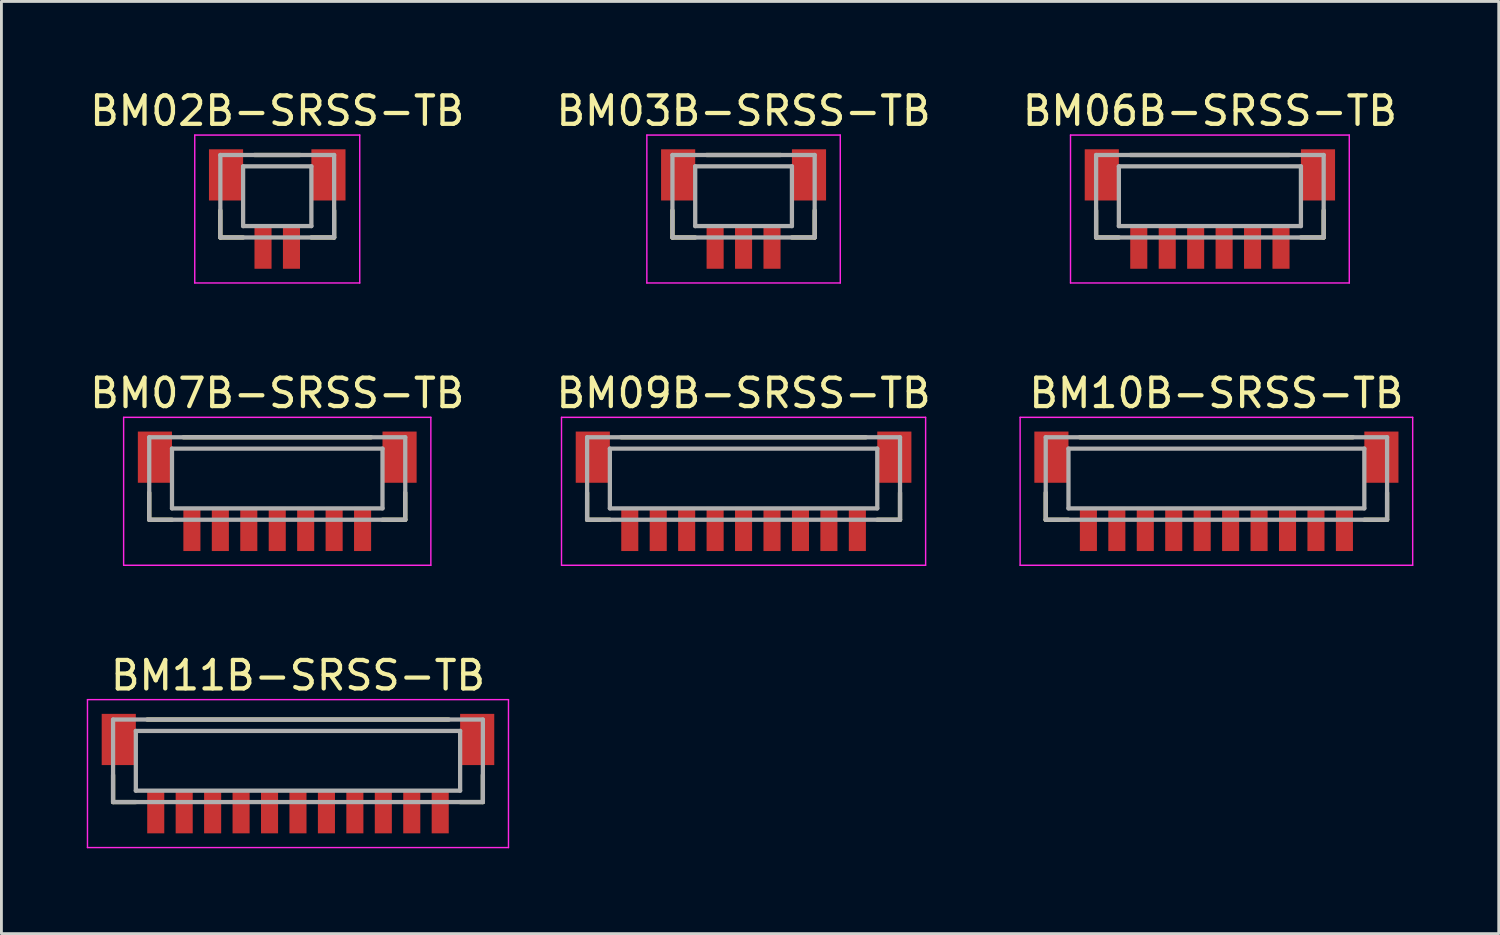
<source format=kicad_pcb>
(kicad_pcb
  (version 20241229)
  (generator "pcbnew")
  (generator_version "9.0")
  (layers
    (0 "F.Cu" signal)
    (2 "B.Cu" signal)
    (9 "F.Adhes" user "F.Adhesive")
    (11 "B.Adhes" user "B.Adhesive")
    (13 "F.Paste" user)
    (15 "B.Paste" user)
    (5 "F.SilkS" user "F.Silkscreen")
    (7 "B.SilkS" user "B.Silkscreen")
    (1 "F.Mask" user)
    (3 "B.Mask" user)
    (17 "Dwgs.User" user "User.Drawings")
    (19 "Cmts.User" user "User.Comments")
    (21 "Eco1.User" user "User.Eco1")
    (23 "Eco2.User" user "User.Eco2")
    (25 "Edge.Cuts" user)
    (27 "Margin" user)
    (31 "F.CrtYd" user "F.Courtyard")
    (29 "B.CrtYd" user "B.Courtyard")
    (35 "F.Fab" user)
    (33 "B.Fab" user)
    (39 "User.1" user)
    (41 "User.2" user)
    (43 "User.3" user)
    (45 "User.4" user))
  (footprint "BM02B-SRSS-TB"
    (layer "F.Cu")
    (at 6.696 3.848)
    (property "Reference" "BM02B-SRSS-TB" (at 0 -3 0) (layer "F.SilkS") (effects (font (size 1 1) (thickness 0.15))))
    (attr smd)
    (fp_line (start -2 0.5) (end -2 1.45) (stroke (width 0.15) (type solid)) (layer "F.SilkS"))
    (fp_line (start -2 1.45) (end -1.2 1.45) (stroke (width 0.15) (type solid)) (layer "F.SilkS"))
    (fp_line (start -0.8 -1.45) (end 0.8 -1.45) (stroke (width 0.15) (type solid)) (layer "F.SilkS"))
    (fp_line (start 1.2 1.45) (end 2 1.45) (stroke (width 0.15) (type solid)) (layer "F.SilkS"))
    (fp_line (start 2 0.5) (end 2 1.45) (stroke (width 0.15) (type solid)) (layer "F.SilkS"))
    (fp_line (start -2.9 -2.15) (end -2.9 3.05) (stroke (width 0.05) (type solid)) (layer "F.CrtYd"))
    (fp_line (start -2.9 -2.15) (end 2.9 -2.15) (stroke (width 0.05) (type solid)) (layer "F.CrtYd"))
    (fp_line (start -2.9 3.05) (end 2.9 3.05) (stroke (width 0.05) (type solid)) (layer "F.CrtYd"))
    (fp_line (start 2.9 -2.15) (end 2.9 3.05) (stroke (width 0.05) (type solid)) (layer "F.CrtYd"))
    (fp_line (start -2 -1.45) (end -2 1.45) (stroke (width 0.15) (type solid)) (layer "F.Fab"))
    (fp_line (start -2 -1.45) (end 2 -1.45) (stroke (width 0.15) (type solid)) (layer "F.Fab"))
    (fp_line (start -2 1.45) (end 2 1.45) (stroke (width 0.15) (type solid)) (layer "F.Fab"))
    (fp_line (start -1.2 -1.05) (end -1.2 1.05) (stroke (width 0.15) (type solid)) (layer "F.Fab"))
    (fp_line (start -1.2 -1.05) (end 1.2 -1.05) (stroke (width 0.15) (type solid)) (layer "F.Fab"))
    (fp_line (start -1.2 1.05) (end 1.2 1.05) (stroke (width 0.15) (type solid)) (layer "F.Fab"))
    (fp_line (start 1.2 -1.05) (end 1.2 1.05) (stroke (width 0.15) (type solid)) (layer "F.Fab"))
    (fp_line (start 2 -1.45) (end 2 1.45) (stroke (width 0.15) (type solid)) (layer "F.Fab"))
    (pad "1" smd rect (at -0.5 1.775) (size 0.6 1.55) (layers "F.Cu" "F.Mask" "F.Paste"))
    (pad "2" smd rect (at 0.5 1.775) (size 0.6 1.55) (layers "F.Cu" "F.Mask" "F.Paste"))
    (pad "S" smd rect (at -1.8 -0.75) (size 1.2 1.8) (layers "F.Cu" "F.Mask" "F.Paste"))
    (pad "S" smd rect (at 1.8 -0.75) (size 1.2 1.8) (layers "F.Cu" "F.Mask" "F.Paste")))
  (footprint "BM11B-SRSS-TB"
    (layer "F.Cu")
    (at 7.425 23.695)
    (property "Reference" "BM11B-SRSS-TB" (at 0 -3 0) (layer "F.SilkS") (effects (font (size 1 1) (thickness 0.15))))
    (attr smd)
    (fp_line (start -6.5 0.5) (end -6.5 1.45) (stroke (width 0.15) (type solid)) (layer "F.SilkS"))
    (fp_line (start -6.5 1.45) (end -5.7 1.45) (stroke (width 0.15) (type solid)) (layer "F.SilkS"))
    (fp_line (start -5.3 -1.45) (end 5.3 -1.45) (stroke (width 0.15) (type solid)) (layer "F.SilkS"))
    (fp_line (start 5.7 1.45) (end 6.5 1.45) (stroke (width 0.15) (type solid)) (layer "F.SilkS"))
    (fp_line (start 6.5 0.5) (end 6.5 1.45) (stroke (width 0.15) (type solid)) (layer "F.SilkS"))
    (fp_line (start -7.4 -2.15) (end -7.4 3.05) (stroke (width 0.05) (type solid)) (layer "F.CrtYd"))
    (fp_line (start -7.4 -2.15) (end 7.4 -2.15) (stroke (width 0.05) (type solid)) (layer "F.CrtYd"))
    (fp_line (start -7.4 3.05) (end 7.4 3.05) (stroke (width 0.05) (type solid)) (layer "F.CrtYd"))
    (fp_line (start 7.4 -2.15) (end 7.4 3.05) (stroke (width 0.05) (type solid)) (layer "F.CrtYd"))
    (fp_line (start -6.5 -1.45) (end -6.5 1.45) (stroke (width 0.15) (type solid)) (layer "F.Fab"))
    (fp_line (start -6.5 -1.45) (end 6.5 -1.45) (stroke (width 0.15) (type solid)) (layer "F.Fab"))
    (fp_line (start -6.5 1.45) (end 6.5 1.45) (stroke (width 0.15) (type solid)) (layer "F.Fab"))
    (fp_line (start -5.7 -1.05) (end -5.7 1.05) (stroke (width 0.15) (type solid)) (layer "F.Fab"))
    (fp_line (start -5.7 -1.05) (end 5.7 -1.05) (stroke (width 0.15) (type solid)) (layer "F.Fab"))
    (fp_line (start -5.7 1.05) (end 5.7 1.05) (stroke (width 0.15) (type solid)) (layer "F.Fab"))
    (fp_line (start 5.7 -1.05) (end 5.7 1.05) (stroke (width 0.15) (type solid)) (layer "F.Fab"))
    (fp_line (start 6.5 -1.45) (end 6.5 1.45) (stroke (width 0.15) (type solid)) (layer "F.Fab"))
    (pad "1" smd rect (at -5 1.775) (size 0.6 1.55) (layers "F.Cu" "F.Mask" "F.Paste"))
    (pad "2" smd rect (at -4 1.775) (size 0.6 1.55) (layers "F.Cu" "F.Mask" "F.Paste"))
    (pad "3" smd rect (at -3 1.775) (size 0.6 1.55) (layers "F.Cu" "F.Mask" "F.Paste"))
    (pad "4" smd rect (at -2 1.775) (size 0.6 1.55) (layers "F.Cu" "F.Mask" "F.Paste"))
    (pad "5" smd rect (at -1 1.775) (size 0.6 1.55) (layers "F.Cu" "F.Mask" "F.Paste"))
    (pad "6" smd rect (at 0 1.775) (size 0.6 1.55) (layers "F.Cu" "F.Mask" "F.Paste"))
    (pad "7" smd rect (at 1 1.775) (size 0.6 1.55) (layers "F.Cu" "F.Mask" "F.Paste"))
    (pad "8" smd rect (at 2 1.775) (size 0.6 1.55) (layers "F.Cu" "F.Mask" "F.Paste"))
    (pad "9" smd rect (at 3 1.775) (size 0.6 1.55) (layers "F.Cu" "F.Mask" "F.Paste"))
    (pad "10" smd rect (at 4 1.775) (size 0.6 1.55) (layers "F.Cu" "F.Mask" "F.Paste"))
    (pad "11" smd rect (at 5 1.775) (size 0.6 1.55) (layers "F.Cu" "F.Mask" "F.Paste"))
    (pad "S" smd rect (at -6.3 -0.75) (size 1.2 1.8) (layers "F.Cu" "F.Mask" "F.Paste"))
    (pad "S" smd rect (at 6.3 -0.75) (size 1.2 1.8) (layers "F.Cu" "F.Mask" "F.Paste")))
  (footprint "BM10B-SRSS-TB"
    (layer "F.Cu")
    (at 39.711 13.771)
    (property "Reference" "BM10B-SRSS-TB" (at 0 -3 0) (layer "F.SilkS") (effects (font (size 1 1) (thickness 0.15))))
    (attr smd)
    (fp_line (start -6 0.5) (end -6 1.45) (stroke (width 0.15) (type solid)) (layer "F.SilkS"))
    (fp_line (start -6 1.45) (end -5.2 1.45) (stroke (width 0.15) (type solid)) (layer "F.SilkS"))
    (fp_line (start -4.8 -1.45) (end 4.8 -1.45) (stroke (width 0.15) (type solid)) (layer "F.SilkS"))
    (fp_line (start 5.2 1.45) (end 6 1.45) (stroke (width 0.15) (type solid)) (layer "F.SilkS"))
    (fp_line (start 6 0.5) (end 6 1.45) (stroke (width 0.15) (type solid)) (layer "F.SilkS"))
    (fp_line (start -6.9 -2.15) (end -6.9 3.05) (stroke (width 0.05) (type solid)) (layer "F.CrtYd"))
    (fp_line (start -6.9 -2.15) (end 6.9 -2.15) (stroke (width 0.05) (type solid)) (layer "F.CrtYd"))
    (fp_line (start -6.9 3.05) (end 6.9 3.05) (stroke (width 0.05) (type solid)) (layer "F.CrtYd"))
    (fp_line (start 6.9 -2.15) (end 6.9 3.05) (stroke (width 0.05) (type solid)) (layer "F.CrtYd"))
    (fp_line (start -6 -1.45) (end -6 1.45) (stroke (width 0.15) (type solid)) (layer "F.Fab"))
    (fp_line (start -6 -1.45) (end 6 -1.45) (stroke (width 0.15) (type solid)) (layer "F.Fab"))
    (fp_line (start -6 1.45) (end 6 1.45) (stroke (width 0.15) (type solid)) (layer "F.Fab"))
    (fp_line (start -5.2 -1.05) (end -5.2 1.05) (stroke (width 0.15) (type solid)) (layer "F.Fab"))
    (fp_line (start -5.2 -1.05) (end 5.2 -1.05) (stroke (width 0.15) (type solid)) (layer "F.Fab"))
    (fp_line (start -5.2 1.05) (end 5.2 1.05) (stroke (width 0.15) (type solid)) (layer "F.Fab"))
    (fp_line (start 5.2 -1.05) (end 5.2 1.05) (stroke (width 0.15) (type solid)) (layer "F.Fab"))
    (fp_line (start 6 -1.45) (end 6 1.45) (stroke (width 0.15) (type solid)) (layer "F.Fab"))
    (pad "1" smd rect (at -4.5 1.775) (size 0.6 1.55) (layers "F.Cu" "F.Mask" "F.Paste"))
    (pad "2" smd rect (at -3.5 1.775) (size 0.6 1.55) (layers "F.Cu" "F.Mask" "F.Paste"))
    (pad "3" smd rect (at -2.5 1.775) (size 0.6 1.55) (layers "F.Cu" "F.Mask" "F.Paste"))
    (pad "4" smd rect (at -1.5 1.775) (size 0.6 1.55) (layers "F.Cu" "F.Mask" "F.Paste"))
    (pad "5" smd rect (at -0.5 1.775) (size 0.6 1.55) (layers "F.Cu" "F.Mask" "F.Paste"))
    (pad "6" smd rect (at 0.5 1.775) (size 0.6 1.55) (layers "F.Cu" "F.Mask" "F.Paste"))
    (pad "7" smd rect (at 1.5 1.775) (size 0.6 1.55) (layers "F.Cu" "F.Mask" "F.Paste"))
    (pad "8" smd rect (at 2.5 1.775) (size 0.6 1.55) (layers "F.Cu" "F.Mask" "F.Paste"))
    (pad "9" smd rect (at 3.5 1.775) (size 0.6 1.55) (layers "F.Cu" "F.Mask" "F.Paste"))
    (pad "10" smd rect (at 4.5 1.775) (size 0.6 1.55) (layers "F.Cu" "F.Mask" "F.Paste"))
    (pad "S" smd rect (at -5.8 -0.75) (size 1.2 1.8) (layers "F.Cu" "F.Mask" "F.Paste"))
    (pad "S" smd rect (at 5.8 -0.75) (size 1.2 1.8) (layers "F.Cu" "F.Mask" "F.Paste")))
  (footprint "BM03B-SRSS-TB"
    (layer "F.Cu")
    (at 23.089 3.848)
    (property "Reference" "BM03B-SRSS-TB" (at 0 -3 0) (layer "F.SilkS") (effects (font (size 1 1) (thickness 0.15))))
    (attr smd)
    (fp_line (start -2.5 0.5) (end -2.5 1.45) (stroke (width 0.15) (type solid)) (layer "F.SilkS"))
    (fp_line (start -2.5 1.45) (end -1.7 1.45) (stroke (width 0.15) (type solid)) (layer "F.SilkS"))
    (fp_line (start -1.3 -1.45) (end 1.3 -1.45) (stroke (width 0.15) (type solid)) (layer "F.SilkS"))
    (fp_line (start 1.7 1.45) (end 2.5 1.45) (stroke (width 0.15) (type solid)) (layer "F.SilkS"))
    (fp_line (start 2.5 0.5) (end 2.5 1.45) (stroke (width 0.15) (type solid)) (layer "F.SilkS"))
    (fp_line (start -3.4 -2.15) (end -3.4 3.05) (stroke (width 0.05) (type solid)) (layer "F.CrtYd"))
    (fp_line (start -3.4 -2.15) (end 3.4 -2.15) (stroke (width 0.05) (type solid)) (layer "F.CrtYd"))
    (fp_line (start -3.4 3.05) (end 3.4 3.05) (stroke (width 0.05) (type solid)) (layer "F.CrtYd"))
    (fp_line (start 3.4 -2.15) (end 3.4 3.05) (stroke (width 0.05) (type solid)) (layer "F.CrtYd"))
    (fp_line (start -2.5 -1.45) (end -2.5 1.45) (stroke (width 0.15) (type solid)) (layer "F.Fab"))
    (fp_line (start -2.5 -1.45) (end 2.5 -1.45) (stroke (width 0.15) (type solid)) (layer "F.Fab"))
    (fp_line (start -2.5 1.45) (end 2.5 1.45) (stroke (width 0.15) (type solid)) (layer "F.Fab"))
    (fp_line (start -1.7 -1.05) (end -1.7 1.05) (stroke (width 0.15) (type solid)) (layer "F.Fab"))
    (fp_line (start -1.7 -1.05) (end 1.7 -1.05) (stroke (width 0.15) (type solid)) (layer "F.Fab"))
    (fp_line (start -1.7 1.05) (end 1.7 1.05) (stroke (width 0.15) (type solid)) (layer "F.Fab"))
    (fp_line (start 1.7 -1.05) (end 1.7 1.05) (stroke (width 0.15) (type solid)) (layer "F.Fab"))
    (fp_line (start 2.5 -1.45) (end 2.5 1.45) (stroke (width 0.15) (type solid)) (layer "F.Fab"))
    (pad "1" smd rect (at -1 1.775) (size 0.6 1.55) (layers "F.Cu" "F.Mask" "F.Paste"))
    (pad "2" smd rect (at 0 1.775) (size 0.6 1.55) (layers "F.Cu" "F.Mask" "F.Paste"))
    (pad "3" smd rect (at 1 1.775) (size 0.6 1.55) (layers "F.Cu" "F.Mask" "F.Paste"))
    (pad "S" smd rect (at -2.3 -0.75) (size 1.2 1.8) (layers "F.Cu" "F.Mask" "F.Paste"))
    (pad "S" smd rect (at 2.3 -0.75) (size 1.2 1.8) (layers "F.Cu" "F.Mask" "F.Paste")))
  (footprint "BM07B-SRSS-TB"
    (layer "F.Cu")
    (at 6.696 13.771)
    (property "Reference" "BM07B-SRSS-TB" (at 0 -3 0) (layer "F.SilkS") (effects (font (size 1 1) (thickness 0.15))))
    (attr smd)
    (fp_line (start -4.5 0.5) (end -4.5 1.45) (stroke (width 0.15) (type solid)) (layer "F.SilkS"))
    (fp_line (start -4.5 1.45) (end -3.7 1.45) (stroke (width 0.15) (type solid)) (layer "F.SilkS"))
    (fp_line (start -3.3 -1.45) (end 3.3 -1.45) (stroke (width 0.15) (type solid)) (layer "F.SilkS"))
    (fp_line (start 3.7 1.45) (end 4.5 1.45) (stroke (width 0.15) (type solid)) (layer "F.SilkS"))
    (fp_line (start 4.5 0.5) (end 4.5 1.45) (stroke (width 0.15) (type solid)) (layer "F.SilkS"))
    (fp_line (start -5.4 -2.15) (end -5.4 3.05) (stroke (width 0.05) (type solid)) (layer "F.CrtYd"))
    (fp_line (start -5.4 -2.15) (end 5.4 -2.15) (stroke (width 0.05) (type solid)) (layer "F.CrtYd"))
    (fp_line (start -5.4 3.05) (end 5.4 3.05) (stroke (width 0.05) (type solid)) (layer "F.CrtYd"))
    (fp_line (start 5.4 -2.15) (end 5.4 3.05) (stroke (width 0.05) (type solid)) (layer "F.CrtYd"))
    (fp_line (start -4.5 -1.45) (end -4.5 1.45) (stroke (width 0.15) (type solid)) (layer "F.Fab"))
    (fp_line (start -4.5 -1.45) (end 4.5 -1.45) (stroke (width 0.15) (type solid)) (layer "F.Fab"))
    (fp_line (start -4.5 1.45) (end 4.5 1.45) (stroke (width 0.15) (type solid)) (layer "F.Fab"))
    (fp_line (start -3.7 -1.05) (end -3.7 1.05) (stroke (width 0.15) (type solid)) (layer "F.Fab"))
    (fp_line (start -3.7 -1.05) (end 3.7 -1.05) (stroke (width 0.15) (type solid)) (layer "F.Fab"))
    (fp_line (start -3.7 1.05) (end 3.7 1.05) (stroke (width 0.15) (type solid)) (layer "F.Fab"))
    (fp_line (start 3.7 -1.05) (end 3.7 1.05) (stroke (width 0.15) (type solid)) (layer "F.Fab"))
    (fp_line (start 4.5 -1.45) (end 4.5 1.45) (stroke (width 0.15) (type solid)) (layer "F.Fab"))
    (pad "1" smd rect (at -3 1.775) (size 0.6 1.55) (layers "F.Cu" "F.Mask" "F.Paste"))
    (pad "2" smd rect (at -2 1.775) (size 0.6 1.55) (layers "F.Cu" "F.Mask" "F.Paste"))
    (pad "3" smd rect (at -1 1.775) (size 0.6 1.55) (layers "F.Cu" "F.Mask" "F.Paste"))
    (pad "4" smd rect (at 0 1.775) (size 0.6 1.55) (layers "F.Cu" "F.Mask" "F.Paste"))
    (pad "5" smd rect (at 1 1.775) (size 0.6 1.55) (layers "F.Cu" "F.Mask" "F.Paste"))
    (pad "6" smd rect (at 2 1.775) (size 0.6 1.55) (layers "F.Cu" "F.Mask" "F.Paste"))
    (pad "7" smd rect (at 3 1.775) (size 0.6 1.55) (layers "F.Cu" "F.Mask" "F.Paste"))
    (pad "S" smd rect (at -4.3 -0.75) (size 1.2 1.8) (layers "F.Cu" "F.Mask" "F.Paste"))
    (pad "S" smd rect (at 4.3 -0.75) (size 1.2 1.8) (layers "F.Cu" "F.Mask" "F.Paste")))
  (footprint "BM06B-SRSS-TB"
    (layer "F.Cu")
    (at 39.482 3.848)
    (property "Reference" "BM06B-SRSS-TB" (at 0 -3 0) (layer "F.SilkS") (effects (font (size 1 1) (thickness 0.15))))
    (attr smd)
    (fp_line (start -4 0.5) (end -4 1.45) (stroke (width 0.15) (type solid)) (layer "F.SilkS"))
    (fp_line (start -4 1.45) (end -3.2 1.45) (stroke (width 0.15) (type solid)) (layer "F.SilkS"))
    (fp_line (start -2.8 -1.45) (end 2.8 -1.45) (stroke (width 0.15) (type solid)) (layer "F.SilkS"))
    (fp_line (start 3.2 1.45) (end 4 1.45) (stroke (width 0.15) (type solid)) (layer "F.SilkS"))
    (fp_line (start 4 0.5) (end 4 1.45) (stroke (width 0.15) (type solid)) (layer "F.SilkS"))
    (fp_line (start -4.9 -2.15) (end -4.9 3.05) (stroke (width 0.05) (type solid)) (layer "F.CrtYd"))
    (fp_line (start -4.9 -2.15) (end 4.9 -2.15) (stroke (width 0.05) (type solid)) (layer "F.CrtYd"))
    (fp_line (start -4.9 3.05) (end 4.9 3.05) (stroke (width 0.05) (type solid)) (layer "F.CrtYd"))
    (fp_line (start 4.9 -2.15) (end 4.9 3.05) (stroke (width 0.05) (type solid)) (layer "F.CrtYd"))
    (fp_line (start -4 -1.45) (end -4 1.45) (stroke (width 0.15) (type solid)) (layer "F.Fab"))
    (fp_line (start -4 -1.45) (end 4 -1.45) (stroke (width 0.15) (type solid)) (layer "F.Fab"))
    (fp_line (start -4 1.45) (end 4 1.45) (stroke (width 0.15) (type solid)) (layer "F.Fab"))
    (fp_line (start -3.2 -1.05) (end -3.2 1.05) (stroke (width 0.15) (type solid)) (layer "F.Fab"))
    (fp_line (start -3.2 -1.05) (end 3.2 -1.05) (stroke (width 0.15) (type solid)) (layer "F.Fab"))
    (fp_line (start -3.2 1.05) (end 3.2 1.05) (stroke (width 0.15) (type solid)) (layer "F.Fab"))
    (fp_line (start 3.2 -1.05) (end 3.2 1.05) (stroke (width 0.15) (type solid)) (layer "F.Fab"))
    (fp_line (start 4 -1.45) (end 4 1.45) (stroke (width 0.15) (type solid)) (layer "F.Fab"))
    (pad "1" smd rect (at -2.5 1.775) (size 0.6 1.55) (layers "F.Cu" "F.Mask" "F.Paste"))
    (pad "2" smd rect (at -1.5 1.775) (size 0.6 1.55) (layers "F.Cu" "F.Mask" "F.Paste"))
    (pad "3" smd rect (at -0.5 1.775) (size 0.6 1.55) (layers "F.Cu" "F.Mask" "F.Paste"))
    (pad "4" smd rect (at 0.5 1.775) (size 0.6 1.55) (layers "F.Cu" "F.Mask" "F.Paste"))
    (pad "5" smd rect (at 1.5 1.775) (size 0.6 1.55) (layers "F.Cu" "F.Mask" "F.Paste"))
    (pad "6" smd rect (at 2.5 1.775) (size 0.6 1.55) (layers "F.Cu" "F.Mask" "F.Paste"))
    (pad "S" smd rect (at -3.8 -0.75) (size 1.2 1.8) (layers "F.Cu" "F.Mask" "F.Paste"))
    (pad "S" smd rect (at 3.8 -0.75) (size 1.2 1.8) (layers "F.Cu" "F.Mask" "F.Paste")))
  (footprint "BM09B-SRSS-TB"
    (layer "F.Cu")
    (at 23.089 13.771)
    (property "Reference" "BM09B-SRSS-TB" (at 0 -3 0) (layer "F.SilkS") (effects (font (size 1 1) (thickness 0.15))))
    (attr smd)
    (fp_line (start -5.5 0.5) (end -5.5 1.45) (stroke (width 0.15) (type solid)) (layer "F.SilkS"))
    (fp_line (start -5.5 1.45) (end -4.7 1.45) (stroke (width 0.15) (type solid)) (layer "F.SilkS"))
    (fp_line (start -4.3 -1.45) (end 4.3 -1.45) (stroke (width 0.15) (type solid)) (layer "F.SilkS"))
    (fp_line (start 4.7 1.45) (end 5.5 1.45) (stroke (width 0.15) (type solid)) (layer "F.SilkS"))
    (fp_line (start 5.5 0.5) (end 5.5 1.45) (stroke (width 0.15) (type solid)) (layer "F.SilkS"))
    (fp_line (start -6.4 -2.15) (end -6.4 3.05) (stroke (width 0.05) (type solid)) (layer "F.CrtYd"))
    (fp_line (start -6.4 -2.15) (end 6.4 -2.15) (stroke (width 0.05) (type solid)) (layer "F.CrtYd"))
    (fp_line (start -6.4 3.05) (end 6.4 3.05) (stroke (width 0.05) (type solid)) (layer "F.CrtYd"))
    (fp_line (start 6.4 -2.15) (end 6.4 3.05) (stroke (width 0.05) (type solid)) (layer "F.CrtYd"))
    (fp_line (start -5.5 -1.45) (end -5.5 1.45) (stroke (width 0.15) (type solid)) (layer "F.Fab"))
    (fp_line (start -5.5 -1.45) (end 5.5 -1.45) (stroke (width 0.15) (type solid)) (layer "F.Fab"))
    (fp_line (start -5.5 1.45) (end 5.5 1.45) (stroke (width 0.15) (type solid)) (layer "F.Fab"))
    (fp_line (start -4.7 -1.05) (end -4.7 1.05) (stroke (width 0.15) (type solid)) (layer "F.Fab"))
    (fp_line (start -4.7 -1.05) (end 4.7 -1.05) (stroke (width 0.15) (type solid)) (layer "F.Fab"))
    (fp_line (start -4.7 1.05) (end 4.7 1.05) (stroke (width 0.15) (type solid)) (layer "F.Fab"))
    (fp_line (start 4.7 -1.05) (end 4.7 1.05) (stroke (width 0.15) (type solid)) (layer "F.Fab"))
    (fp_line (start 5.5 -1.45) (end 5.5 1.45) (stroke (width 0.15) (type solid)) (layer "F.Fab"))
    (pad "1" smd rect (at -4 1.775) (size 0.6 1.55) (layers "F.Cu" "F.Mask" "F.Paste"))
    (pad "2" smd rect (at -3 1.775) (size 0.6 1.55) (layers "F.Cu" "F.Mask" "F.Paste"))
    (pad "3" smd rect (at -2 1.775) (size 0.6 1.55) (layers "F.Cu" "F.Mask" "F.Paste"))
    (pad "4" smd rect (at -1 1.775) (size 0.6 1.55) (layers "F.Cu" "F.Mask" "F.Paste"))
    (pad "5" smd rect (at 0 1.775) (size 0.6 1.55) (layers "F.Cu" "F.Mask" "F.Paste"))
    (pad "6" smd rect (at 1 1.775) (size 0.6 1.55) (layers "F.Cu" "F.Mask" "F.Paste"))
    (pad "7" smd rect (at 2 1.775) (size 0.6 1.55) (layers "F.Cu" "F.Mask" "F.Paste"))
    (pad "8" smd rect (at 3 1.775) (size 0.6 1.55) (layers "F.Cu" "F.Mask" "F.Paste"))
    (pad "9" smd rect (at 4 1.775) (size 0.6 1.55) (layers "F.Cu" "F.Mask" "F.Paste"))
    (pad "S" smd rect (at -5.3 -0.75) (size 1.2 1.8) (layers "F.Cu" "F.Mask" "F.Paste"))
    (pad "S" smd rect (at 5.3 -0.75) (size 1.2 1.8) (layers "F.Cu" "F.Mask" "F.Paste")))
  (gr_rect
    (start -3 -3)
    (end 49.636 29.77)
    (stroke (width 0.1) (type default))
    (fill no)
    (layer "Edge.Cuts")))
</source>
